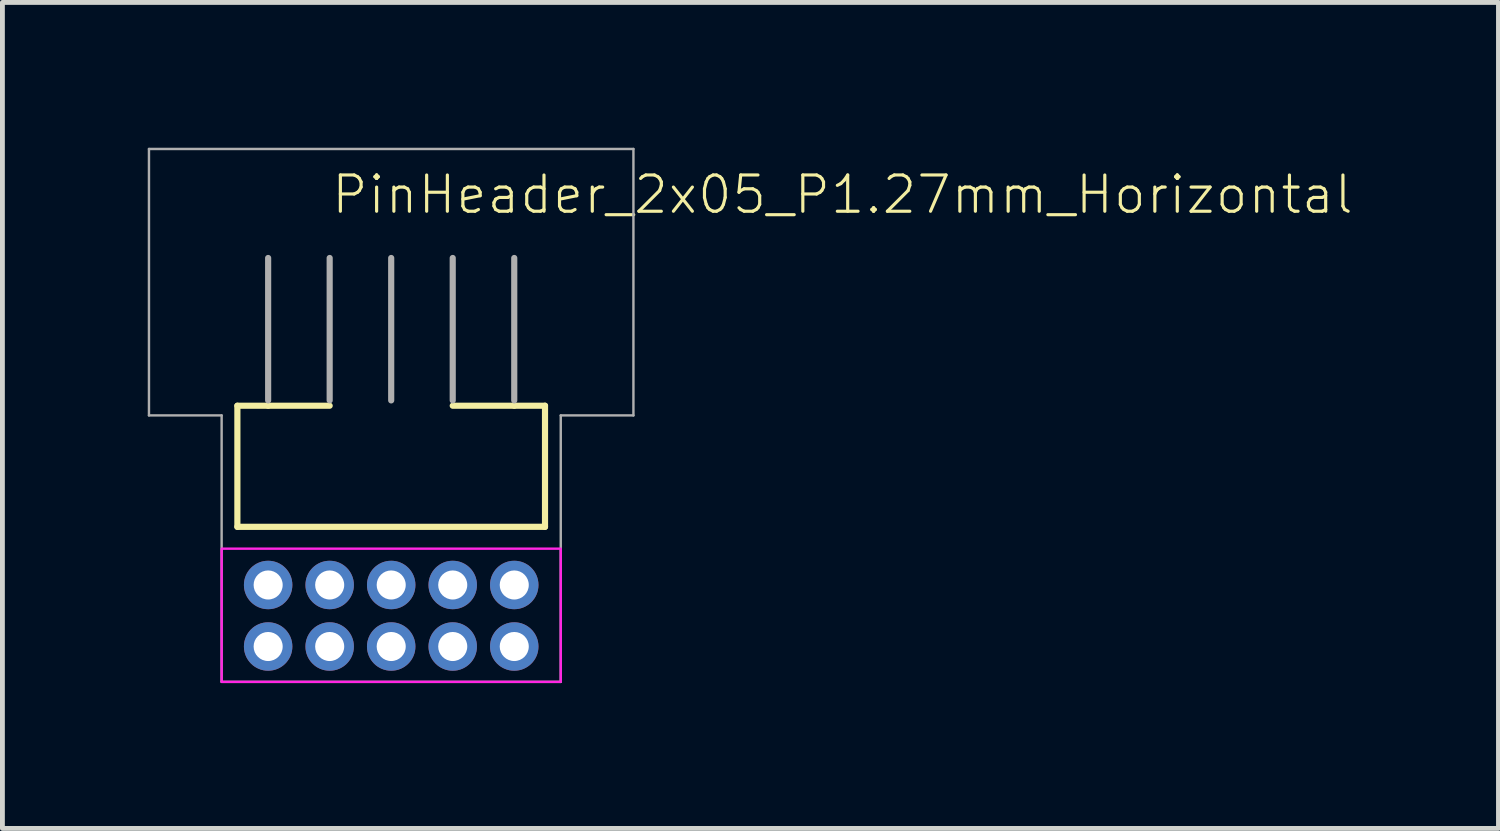
<source format=kicad_pcb>
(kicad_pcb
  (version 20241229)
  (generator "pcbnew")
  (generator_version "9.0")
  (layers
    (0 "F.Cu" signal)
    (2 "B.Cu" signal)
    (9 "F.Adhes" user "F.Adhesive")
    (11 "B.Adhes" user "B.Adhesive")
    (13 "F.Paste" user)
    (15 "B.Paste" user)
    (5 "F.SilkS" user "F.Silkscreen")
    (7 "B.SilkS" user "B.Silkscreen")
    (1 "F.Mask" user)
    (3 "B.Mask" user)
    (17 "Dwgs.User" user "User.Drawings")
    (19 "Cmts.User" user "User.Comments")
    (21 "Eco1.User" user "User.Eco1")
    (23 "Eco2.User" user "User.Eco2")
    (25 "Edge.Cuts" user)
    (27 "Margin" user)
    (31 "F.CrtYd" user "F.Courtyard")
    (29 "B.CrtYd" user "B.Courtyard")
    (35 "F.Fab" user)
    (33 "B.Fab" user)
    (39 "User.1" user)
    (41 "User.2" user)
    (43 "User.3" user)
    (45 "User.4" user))
  (footprint "PinHeader_2x05_P1.27mm_Horizontal"
    (layer "F.Cu")
    (at 5.025 9.025)
    (property "Reference" "PinHeader_2x05_P1.27mm_Horizontal" (at -1.27 -7.62 0) (layer "F.SilkS") (effects (font (size 0.748 0.748) (thickness 0.065)) (justify left bottom)))
    (attr through_hole)
    (fp_circle (center -2.54 0) (end -2.39 0) (stroke (width 0.3) (type solid)) (fill yes) (layer "B.Mask"))
    (fp_circle (center -2.54 1.27) (end -2.39 1.27) (stroke (width 0.3) (type solid)) (fill yes) (layer "B.Mask"))
    (fp_circle (center -1.27 0) (end -1.12 0) (stroke (width 0.3) (type solid)) (fill yes) (layer "B.Mask"))
    (fp_circle (center -1.27 1.27) (end -1.12 1.27) (stroke (width 0.3) (type solid)) (fill yes) (layer "B.Mask"))
    (fp_circle (center 0 0) (end 0.15 0) (stroke (width 0.3) (type solid)) (fill yes) (layer "B.Mask"))
    (fp_circle (center 0 1.27) (end 0.15 1.27) (stroke (width 0.3) (type solid)) (fill yes) (layer "B.Mask"))
    (fp_circle (center 1.27 0) (end 1.42 0) (stroke (width 0.3) (type solid)) (fill yes) (layer "B.Mask"))
    (fp_circle (center 1.27 1.27) (end 1.42 1.27) (stroke (width 0.3) (type solid)) (fill yes) (layer "B.Mask"))
    (fp_circle (center 2.54 0) (end 2.69 0) (stroke (width 0.3) (type solid)) (fill yes) (layer "B.Mask"))
    (fp_circle (center 2.54 1.27) (end 2.69 1.27) (stroke (width 0.3) (type solid)) (fill yes) (layer "B.Mask"))
    (fp_line (start -3.175 -3.7) (end -2.54 -3.7) (stroke (width 0.127) (type solid)) (layer "F.SilkS"))
    (fp_line (start -3.175 -1.2) (end -3.175 -3.7) (stroke (width 0.127) (type solid)) (layer "F.SilkS"))
    (fp_line (start -2.54 -3.7) (end -1.27 -3.7) (stroke (width 0.127) (type solid)) (layer "F.SilkS"))
    (fp_line (start 1.27 -3.7) (end 2.54 -3.7) (stroke (width 0.127) (type solid)) (layer "F.SilkS"))
    (fp_line (start 2.54 -3.7) (end 3.175 -3.7) (stroke (width 0.127) (type solid)) (layer "F.SilkS"))
    (fp_line (start 3.175 -3.7) (end 3.175 -1.2) (stroke (width 0.127) (type solid)) (layer "F.SilkS"))
    (fp_line (start 3.175 -1.2) (end -3.175 -1.2) (stroke (width 0.127) (type solid)) (layer "F.SilkS"))
    (fp_rect (start 3.5 2) (end -3.5 -0.75) (stroke (width 0.05) (type solid)) (fill no) (layer "F.CrtYd"))
    (fp_line (start -5 -9) (end 5 -9) (stroke (width 0.05) (type solid)) (layer "F.Fab"))
    (fp_line (start -5 -3.5) (end -5 -9) (stroke (width 0.05) (type solid)) (layer "F.Fab"))
    (fp_line (start -3.5 -3.5) (end -5 -3.5) (stroke (width 0.05) (type solid)) (layer "F.Fab"))
    (fp_line (start -3.5 2) (end -3.5 -3.5) (stroke (width 0.05) (type solid)) (layer "F.Fab"))
    (fp_line (start -2.54 -3.81) (end -2.54 -6.75) (stroke (width 0.127) (type solid)) (layer "F.Fab"))
    (fp_line (start -1.27 -3.81) (end -1.27 -6.75) (stroke (width 0.127) (type solid)) (layer "F.Fab"))
    (fp_line (start 0 -3.81) (end 0 -6.75) (stroke (width 0.127) (type solid)) (layer "F.Fab"))
    (fp_line (start 1.27 -3.81) (end 1.27 -6.75) (stroke (width 0.127) (type solid)) (layer "F.Fab"))
    (fp_line (start 2.54 -3.81) (end 2.54 -6.75) (stroke (width 0.127) (type solid)) (layer "F.Fab"))
    (fp_line (start 3.5 -3.5) (end 3.5 2) (stroke (width 0.05) (type solid)) (layer "F.Fab"))
    (fp_line (start 3.5 2) (end -3.5 2) (stroke (width 0.05) (type solid)) (layer "F.Fab"))
    (fp_line (start 5 -9) (end 5 -3.5) (stroke (width 0.05) (type solid)) (layer "F.Fab"))
    (fp_line (start 5 -3.5) (end 3.5 -3.5) (stroke (width 0.05) (type solid)) (layer "F.Fab"))
    (pad "" smd roundrect (at -2.54 0) (size 1.016 1.016) (layers "F.Paste") (roundrect_rratio 0.1))
    (pad "" smd roundrect (at -2.54 1.27) (size 1.016 1.016) (layers "F.Paste") (roundrect_rratio 0.1))
    (pad "" smd roundrect (at -1.27 0) (size 1.016 1.016) (layers "F.Paste") (roundrect_rratio 0.1))
    (pad "" smd roundrect (at -1.27 1.27) (size 1.016 1.016) (layers "F.Paste") (roundrect_rratio 0.1))
    (pad "" smd roundrect (at 0 0) (size 1.016 1.016) (layers "F.Paste") (roundrect_rratio 0.1))
    (pad "" smd roundrect (at 0 1.27) (size 1.016 1.016) (layers "F.Paste") (roundrect_rratio 0.1))
    (pad "" smd roundrect (at 1.27 0) (size 1.016 1.016) (layers "F.Paste") (roundrect_rratio 0.1))
    (pad "" smd roundrect (at 1.27 1.27) (size 1.016 1.016) (layers "F.Paste") (roundrect_rratio 0.1))
    (pad "" smd roundrect (at 2.54 0) (size 1.016 1.016) (layers "F.Paste") (roundrect_rratio 0.1))
    (pad "" smd roundrect (at 2.54 1.27) (size 1.016 1.016) (layers "F.Paste") (roundrect_rratio 0.1))
    (pad "1" thru_hole circle (at 2.54 0 90) (size 1 1) (drill 0.6) (layers "*.Cu" "F.Mask") (remove_unused_layers yes) (keep_end_layers yes) (zone_layer_connections))
    (pad "2" thru_hole circle (at 2.54 1.27 90) (size 1 1) (drill 0.6) (layers "*.Cu" "F.Mask") (remove_unused_layers yes) (keep_end_layers yes) (zone_layer_connections))
    (pad "3" thru_hole circle (at 1.27 0 90) (size 1 1) (drill 0.6) (layers "*.Cu" "F.Mask") (remove_unused_layers yes) (keep_end_layers yes) (zone_layer_connections))
    (pad "4" thru_hole circle (at 1.27 1.27 90) (size 1 1) (drill 0.6) (layers "*.Cu" "F.Mask") (remove_unused_layers yes) (keep_end_layers yes) (zone_layer_connections))
    (pad "5" thru_hole circle (at 0 0 90) (size 1 1) (drill 0.6) (layers "*.Cu" "F.Mask") (remove_unused_layers yes) (keep_end_layers yes) (zone_layer_connections))
    (pad "6" thru_hole circle (at 0 1.27 90) (size 1 1) (drill 0.6) (layers "*.Cu" "F.Mask") (remove_unused_layers yes) (keep_end_layers yes) (zone_layer_connections))
    (pad "7" thru_hole circle (at -1.27 0 90) (size 1 1) (drill 0.6) (layers "*.Cu" "F.Mask") (remove_unused_layers yes) (keep_end_layers yes) (zone_layer_connections))
    (pad "8" thru_hole circle (at -1.27 1.27 90) (size 1 1) (drill 0.6) (layers "*.Cu" "F.Mask") (remove_unused_layers yes) (keep_end_layers yes) (zone_layer_connections))
    (pad "9" thru_hole circle (at -2.54 0 90) (size 1 1) (drill 0.6) (layers "*.Cu" "F.Mask") (remove_unused_layers yes) (keep_end_layers yes) (zone_layer_connections))
    (pad "10" thru_hole circle (at -2.54 1.27 90) (size 1 1) (drill 0.6) (layers "*.Cu" "F.Mask") (remove_unused_layers yes) (keep_end_layers yes) (zone_layer_connections)))
  (gr_rect
    (start -3 -3)
    (end 27.881 14.05)
    (stroke (width 0.1) (type default))
    (fill no)
    (layer "Edge.Cuts")))
</source>
